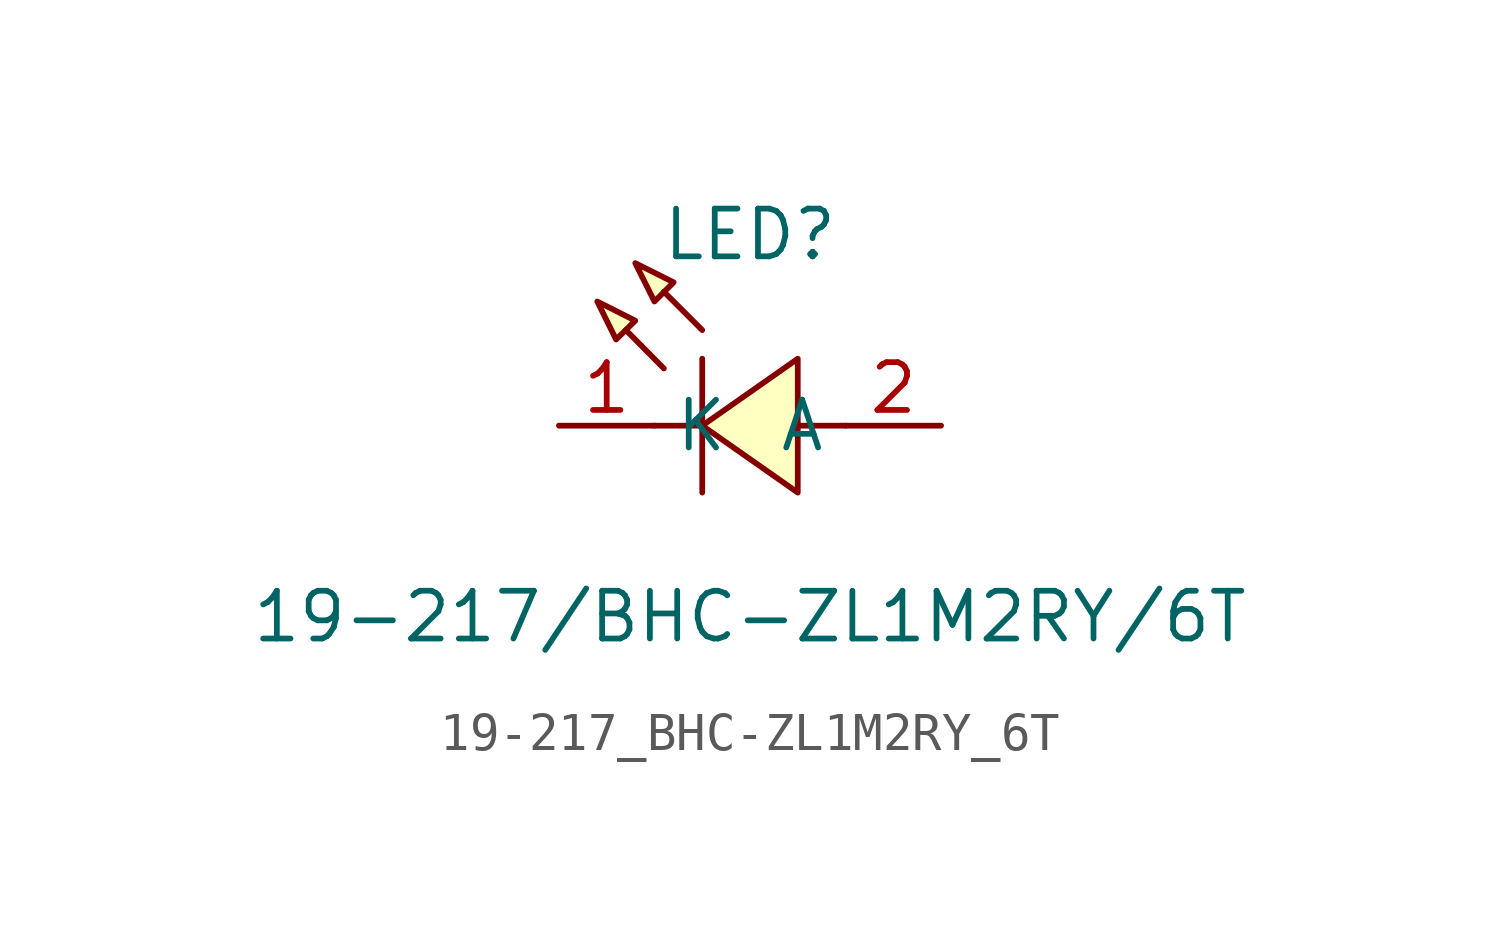
<source format=kicad_sym>
(kicad_symbol_lib
  (version 20211014)
  (generator https://github.com/uPesy/easyeda2kicad.py)
  (symbol "19-217_BHC-ZL1M2RY_6T"
    (property "Reference" "LED"
      (at 0 5.08 0)
      (effects (font (size 1.27 1.27))))
    (property "Value" "19-217/BHC-ZL1M2RY/6T"
      (at 0 -5.08 0)
      (effects (font (size 1.27 1.27))))
    (symbol "19-217_BHC-ZL1M2RY_6T_0_1"
      (polyline (pts (xy -4.06 3.30) (xy -3.05 2.79) (xy -3.56 2.29) (xy -4.06 3.30)) (stroke (width 0) (type default) (color 0 0 0 0)) (fill (type background)))
      (polyline (pts (xy -3.05 4.32) (xy -2.03 3.81) (xy -2.54 3.30) (xy -3.05 4.32)) (stroke (width 0) (type default) (color 0 0 0 0)) (fill (type background)))
      (polyline (pts (xy 1.27 1.78) (xy -1.27 -0.00) (xy 1.27 -1.78) (xy 1.27 1.78)) (stroke (width 0) (type default) (color 0 0 0 0)) (fill (type background)))
      (polyline (pts (xy -2.29 1.52) (xy -3.30 2.54) (xy -2.29 1.52)) (stroke (width 0) (type default) (color 0 0 0 0)) (fill (type background)))
      (polyline (pts (xy -1.27 2.54) (xy -2.29 3.56) (xy -1.27 2.54)) (stroke (width 0) (type default) (color 0 0 0 0)) (fill (type background)))
      (polyline (pts (xy -1.27 -0.00) (xy -2.54 -0.00)) (stroke (width 0) (type default) (color 0 0 0 0)) (fill (type none)))
      (polyline (pts (xy 2.54 -0.00) (xy 1.27 -0.00)) (stroke (width 0) (type default) (color 0 0 0 0)) (fill (type none)))
      (polyline (pts (xy -1.27 1.78) (xy -1.27 -1.78)) (stroke (width 0) (type default) (color 0 0 0 0)) (fill (type none)))
      (pin unspecified line (at -5.08 -0.00 0) (length 2.54) (name "K" (effects (font (size 1.27 1.27)))) (number "1" (effects (font (size 1.27 1.27)))))
      (pin unspecified line (at 5.08 -0.00 180) (length 2.54) (name "A" (effects (font (size 1.27 1.27)))) (number "2" (effects (font (size 1.27 1.27))))))))
</source>
